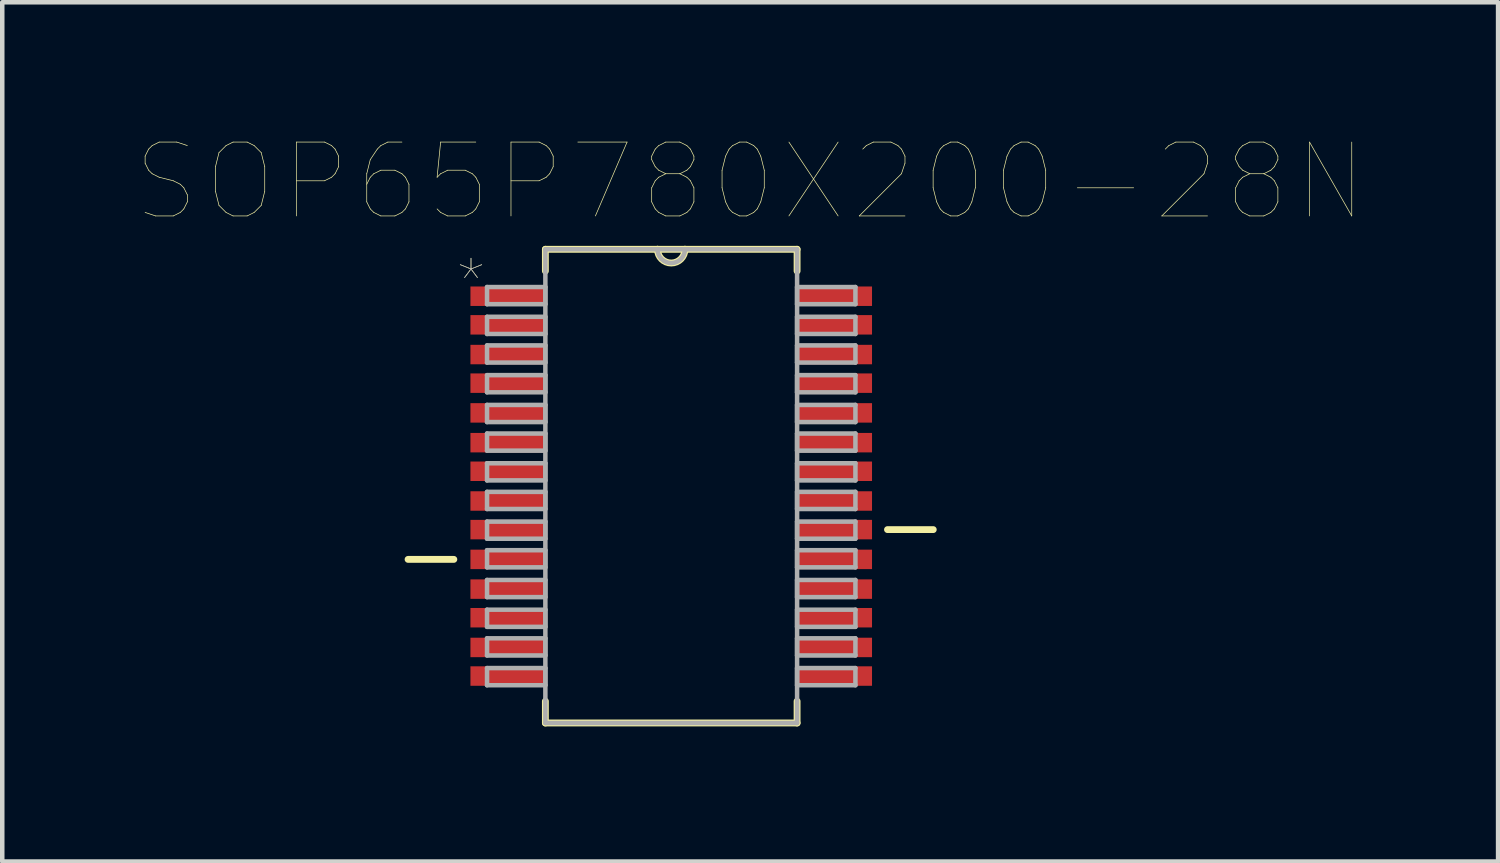
<source format=kicad_pcb>
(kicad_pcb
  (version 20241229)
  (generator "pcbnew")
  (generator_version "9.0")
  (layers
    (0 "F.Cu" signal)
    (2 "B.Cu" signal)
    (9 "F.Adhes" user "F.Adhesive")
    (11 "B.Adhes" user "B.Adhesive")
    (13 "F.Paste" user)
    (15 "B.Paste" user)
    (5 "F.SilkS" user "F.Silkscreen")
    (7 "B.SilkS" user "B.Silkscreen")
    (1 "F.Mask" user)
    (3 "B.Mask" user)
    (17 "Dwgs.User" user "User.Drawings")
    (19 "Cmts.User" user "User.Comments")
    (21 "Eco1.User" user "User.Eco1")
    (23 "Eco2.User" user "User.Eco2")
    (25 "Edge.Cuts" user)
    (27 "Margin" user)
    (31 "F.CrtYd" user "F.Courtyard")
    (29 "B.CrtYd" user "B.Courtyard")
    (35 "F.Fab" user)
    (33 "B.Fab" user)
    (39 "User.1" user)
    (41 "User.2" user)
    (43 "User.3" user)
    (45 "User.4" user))
  (footprint "SOP65P780X200-28N"
    (layer "F.Cu")
    (at 11.851 7.742)
    (property "Reference" "SOP65P780X200-28N" (at 1.753 -6.756 0) (layer "F.SilkS") (effects (font (size 1.64 1.64) (thickness 0.015))))
    (attr through_hole)
    (fp_line (start -4.826 1.626) (end -5.842 1.626) (stroke (width 0.152) (type solid)) (layer "F.SilkS"))
    (fp_line (start -2.794 -5.258) (end -2.794 -4.775) (stroke (width 0.152) (type solid)) (layer "F.SilkS"))
    (fp_line (start -2.794 4.775) (end -2.794 5.258) (stroke (width 0.152) (type solid)) (layer "F.SilkS"))
    (fp_line (start -2.794 5.258) (end 2.794 5.258) (stroke (width 0.152) (type solid)) (layer "F.SilkS"))
    (fp_line (start -0.305 -5.258) (end -2.794 -5.258) (stroke (width 0.152) (type solid)) (layer "F.SilkS"))
    (fp_line (start 0.305 -5.258) (end -0.305 -5.258) (stroke (width 0.152) (type solid)) (layer "F.SilkS"))
    (fp_line (start 2.794 -5.258) (end 0.305 -5.258) (stroke (width 0.152) (type solid)) (layer "F.SilkS"))
    (fp_line (start 2.794 -4.775) (end 2.794 -5.258) (stroke (width 0.152) (type solid)) (layer "F.SilkS"))
    (fp_line (start 2.794 5.258) (end 2.794 4.775) (stroke (width 0.152) (type solid)) (layer "F.SilkS"))
    (fp_line (start 4.801 0.965) (end 5.817 0.965) (stroke (width 0.152) (type solid)) (layer "F.SilkS"))
    (fp_arc (start 0.3048 -5.2578) (mid 0 -4.953) (end -0.3048 -5.2578) (stroke (width 0.1524) (type solid)) (layer "F.SilkS"))
    (fp_line (start -4.089 -4.42) (end -4.089 -4.039) (stroke (width 0.1) (type solid)) (layer "F.Fab"))
    (fp_line (start -4.089 -4.039) (end -2.794 -4.039) (stroke (width 0.1) (type solid)) (layer "F.Fab"))
    (fp_line (start -4.089 -3.759) (end -4.089 -3.378) (stroke (width 0.1) (type solid)) (layer "F.Fab"))
    (fp_line (start -4.089 -3.378) (end -2.794 -3.378) (stroke (width 0.1) (type solid)) (layer "F.Fab"))
    (fp_line (start -4.089 -3.124) (end -4.089 -2.743) (stroke (width 0.1) (type solid)) (layer "F.Fab"))
    (fp_line (start -4.089 -2.743) (end -2.794 -2.743) (stroke (width 0.1) (type solid)) (layer "F.Fab"))
    (fp_line (start -4.089 -2.464) (end -4.089 -2.083) (stroke (width 0.1) (type solid)) (layer "F.Fab"))
    (fp_line (start -4.089 -2.083) (end -2.794 -2.083) (stroke (width 0.1) (type solid)) (layer "F.Fab"))
    (fp_line (start -4.089 -1.803) (end -4.089 -1.422) (stroke (width 0.1) (type solid)) (layer "F.Fab"))
    (fp_line (start -4.089 -1.422) (end -2.794 -1.422) (stroke (width 0.1) (type solid)) (layer "F.Fab"))
    (fp_line (start -4.089 -1.168) (end -4.089 -0.787) (stroke (width 0.1) (type solid)) (layer "F.Fab"))
    (fp_line (start -4.089 -0.787) (end -2.794 -0.787) (stroke (width 0.1) (type solid)) (layer "F.Fab"))
    (fp_line (start -4.089 -0.508) (end -4.089 -0.127) (stroke (width 0.1) (type solid)) (layer "F.Fab"))
    (fp_line (start -4.089 -0.127) (end -2.794 -0.127) (stroke (width 0.1) (type solid)) (layer "F.Fab"))
    (fp_line (start -4.089 0.127) (end -4.089 0.508) (stroke (width 0.1) (type solid)) (layer "F.Fab"))
    (fp_line (start -4.089 0.508) (end -2.794 0.508) (stroke (width 0.1) (type solid)) (layer "F.Fab"))
    (fp_line (start -4.089 0.787) (end -4.089 1.168) (stroke (width 0.1) (type solid)) (layer "F.Fab"))
    (fp_line (start -4.089 1.168) (end -2.794 1.168) (stroke (width 0.1) (type solid)) (layer "F.Fab"))
    (fp_line (start -4.089 1.422) (end -4.089 1.803) (stroke (width 0.1) (type solid)) (layer "F.Fab"))
    (fp_line (start -4.089 1.803) (end -2.794 1.803) (stroke (width 0.1) (type solid)) (layer "F.Fab"))
    (fp_line (start -4.089 2.083) (end -4.089 2.464) (stroke (width 0.1) (type solid)) (layer "F.Fab"))
    (fp_line (start -4.089 2.464) (end -2.794 2.464) (stroke (width 0.1) (type solid)) (layer "F.Fab"))
    (fp_line (start -4.089 2.743) (end -4.089 3.124) (stroke (width 0.1) (type solid)) (layer "F.Fab"))
    (fp_line (start -4.089 3.124) (end -2.794 3.124) (stroke (width 0.1) (type solid)) (layer "F.Fab"))
    (fp_line (start -4.089 3.378) (end -4.089 3.759) (stroke (width 0.1) (type solid)) (layer "F.Fab"))
    (fp_line (start -4.089 3.759) (end -2.794 3.759) (stroke (width 0.1) (type solid)) (layer "F.Fab"))
    (fp_line (start -4.089 4.039) (end -4.089 4.42) (stroke (width 0.1) (type solid)) (layer "F.Fab"))
    (fp_line (start -4.089 4.42) (end -2.794 4.42) (stroke (width 0.1) (type solid)) (layer "F.Fab"))
    (fp_line (start -2.794 -5.258) (end -2.794 5.258) (stroke (width 0.1) (type solid)) (layer "F.Fab"))
    (fp_line (start -2.794 -4.42) (end -4.089 -4.42) (stroke (width 0.1) (type solid)) (layer "F.Fab"))
    (fp_line (start -2.794 -4.039) (end -2.794 -4.42) (stroke (width 0.1) (type solid)) (layer "F.Fab"))
    (fp_line (start -2.794 -3.759) (end -4.089 -3.759) (stroke (width 0.1) (type solid)) (layer "F.Fab"))
    (fp_line (start -2.794 -3.378) (end -2.794 -3.759) (stroke (width 0.1) (type solid)) (layer "F.Fab"))
    (fp_line (start -2.794 -3.124) (end -4.089 -3.124) (stroke (width 0.1) (type solid)) (layer "F.Fab"))
    (fp_line (start -2.794 -2.743) (end -2.794 -3.124) (stroke (width 0.1) (type solid)) (layer "F.Fab"))
    (fp_line (start -2.794 -2.464) (end -4.089 -2.464) (stroke (width 0.1) (type solid)) (layer "F.Fab"))
    (fp_line (start -2.794 -2.083) (end -2.794 -2.464) (stroke (width 0.1) (type solid)) (layer "F.Fab"))
    (fp_line (start -2.794 -1.803) (end -4.089 -1.803) (stroke (width 0.1) (type solid)) (layer "F.Fab"))
    (fp_line (start -2.794 -1.422) (end -2.794 -1.803) (stroke (width 0.1) (type solid)) (layer "F.Fab"))
    (fp_line (start -2.794 -1.168) (end -4.089 -1.168) (stroke (width 0.1) (type solid)) (layer "F.Fab"))
    (fp_line (start -2.794 -0.787) (end -2.794 -1.168) (stroke (width 0.1) (type solid)) (layer "F.Fab"))
    (fp_line (start -2.794 -0.508) (end -4.089 -0.508) (stroke (width 0.1) (type solid)) (layer "F.Fab"))
    (fp_line (start -2.794 -0.127) (end -2.794 -0.508) (stroke (width 0.1) (type solid)) (layer "F.Fab"))
    (fp_line (start -2.794 0.127) (end -4.089 0.127) (stroke (width 0.1) (type solid)) (layer "F.Fab"))
    (fp_line (start -2.794 0.508) (end -2.794 0.127) (stroke (width 0.1) (type solid)) (layer "F.Fab"))
    (fp_line (start -2.794 0.787) (end -4.089 0.787) (stroke (width 0.1) (type solid)) (layer "F.Fab"))
    (fp_line (start -2.794 1.168) (end -2.794 0.787) (stroke (width 0.1) (type solid)) (layer "F.Fab"))
    (fp_line (start -2.794 1.422) (end -4.089 1.422) (stroke (width 0.1) (type solid)) (layer "F.Fab"))
    (fp_line (start -2.794 1.803) (end -2.794 1.422) (stroke (width 0.1) (type solid)) (layer "F.Fab"))
    (fp_line (start -2.794 2.083) (end -4.089 2.083) (stroke (width 0.1) (type solid)) (layer "F.Fab"))
    (fp_line (start -2.794 2.464) (end -2.794 2.083) (stroke (width 0.1) (type solid)) (layer "F.Fab"))
    (fp_line (start -2.794 2.743) (end -4.089 2.743) (stroke (width 0.1) (type solid)) (layer "F.Fab"))
    (fp_line (start -2.794 3.124) (end -2.794 2.743) (stroke (width 0.1) (type solid)) (layer "F.Fab"))
    (fp_line (start -2.794 3.378) (end -4.089 3.378) (stroke (width 0.1) (type solid)) (layer "F.Fab"))
    (fp_line (start -2.794 3.759) (end -2.794 3.378) (stroke (width 0.1) (type solid)) (layer "F.Fab"))
    (fp_line (start -2.794 4.039) (end -4.089 4.039) (stroke (width 0.1) (type solid)) (layer "F.Fab"))
    (fp_line (start -2.794 4.42) (end -2.794 4.039) (stroke (width 0.1) (type solid)) (layer "F.Fab"))
    (fp_line (start -2.794 5.258) (end 2.794 5.258) (stroke (width 0.1) (type solid)) (layer "F.Fab"))
    (fp_line (start -0.305 -5.258) (end -2.794 -5.258) (stroke (width 0.1) (type solid)) (layer "F.Fab"))
    (fp_line (start 0.305 -5.258) (end -0.305 -5.258) (stroke (width 0.1) (type solid)) (layer "F.Fab"))
    (fp_line (start 2.794 -5.258) (end 0.305 -5.258) (stroke (width 0.1) (type solid)) (layer "F.Fab"))
    (fp_line (start 2.794 -4.42) (end 2.794 -4.039) (stroke (width 0.1) (type solid)) (layer "F.Fab"))
    (fp_line (start 2.794 -4.039) (end 4.089 -4.039) (stroke (width 0.1) (type solid)) (layer "F.Fab"))
    (fp_line (start 2.794 -3.759) (end 2.794 -3.378) (stroke (width 0.1) (type solid)) (layer "F.Fab"))
    (fp_line (start 2.794 -3.378) (end 4.089 -3.378) (stroke (width 0.1) (type solid)) (layer "F.Fab"))
    (fp_line (start 2.794 -3.124) (end 2.794 -2.743) (stroke (width 0.1) (type solid)) (layer "F.Fab"))
    (fp_line (start 2.794 -2.743) (end 4.089 -2.743) (stroke (width 0.1) (type solid)) (layer "F.Fab"))
    (fp_line (start 2.794 -2.464) (end 2.794 -2.083) (stroke (width 0.1) (type solid)) (layer "F.Fab"))
    (fp_line (start 2.794 -2.083) (end 4.089 -2.083) (stroke (width 0.1) (type solid)) (layer "F.Fab"))
    (fp_line (start 2.794 -1.803) (end 2.794 -1.422) (stroke (width 0.1) (type solid)) (layer "F.Fab"))
    (fp_line (start 2.794 -1.422) (end 4.089 -1.422) (stroke (width 0.1) (type solid)) (layer "F.Fab"))
    (fp_line (start 2.794 -1.168) (end 2.794 -0.787) (stroke (width 0.1) (type solid)) (layer "F.Fab"))
    (fp_line (start 2.794 -0.787) (end 4.089 -0.787) (stroke (width 0.1) (type solid)) (layer "F.Fab"))
    (fp_line (start 2.794 -0.508) (end 2.794 -0.127) (stroke (width 0.1) (type solid)) (layer "F.Fab"))
    (fp_line (start 2.794 -0.127) (end 4.089 -0.127) (stroke (width 0.1) (type solid)) (layer "F.Fab"))
    (fp_line (start 2.794 0.127) (end 2.794 0.508) (stroke (width 0.1) (type solid)) (layer "F.Fab"))
    (fp_line (start 2.794 0.508) (end 4.089 0.508) (stroke (width 0.1) (type solid)) (layer "F.Fab"))
    (fp_line (start 2.794 0.787) (end 2.794 1.168) (stroke (width 0.1) (type solid)) (layer "F.Fab"))
    (fp_line (start 2.794 1.168) (end 4.089 1.168) (stroke (width 0.1) (type solid)) (layer "F.Fab"))
    (fp_line (start 2.794 1.422) (end 2.794 1.803) (stroke (width 0.1) (type solid)) (layer "F.Fab"))
    (fp_line (start 2.794 1.803) (end 4.089 1.803) (stroke (width 0.1) (type solid)) (layer "F.Fab"))
    (fp_line (start 2.794 2.083) (end 2.794 2.464) (stroke (width 0.1) (type solid)) (layer "F.Fab"))
    (fp_line (start 2.794 2.464) (end 4.089 2.464) (stroke (width 0.1) (type solid)) (layer "F.Fab"))
    (fp_line (start 2.794 2.743) (end 2.794 3.124) (stroke (width 0.1) (type solid)) (layer "F.Fab"))
    (fp_line (start 2.794 3.124) (end 4.089 3.124) (stroke (width 0.1) (type solid)) (layer "F.Fab"))
    (fp_line (start 2.794 3.378) (end 2.794 3.759) (stroke (width 0.1) (type solid)) (layer "F.Fab"))
    (fp_line (start 2.794 3.759) (end 4.089 3.759) (stroke (width 0.1) (type solid)) (layer "F.Fab"))
    (fp_line (start 2.794 4.039) (end 2.794 4.42) (stroke (width 0.1) (type solid)) (layer "F.Fab"))
    (fp_line (start 2.794 4.42) (end 4.089 4.42) (stroke (width 0.1) (type solid)) (layer "F.Fab"))
    (fp_line (start 2.794 5.258) (end 2.794 -5.258) (stroke (width 0.1) (type solid)) (layer "F.Fab"))
    (fp_line (start 4.089 -4.42) (end 2.794 -4.42) (stroke (width 0.1) (type solid)) (layer "F.Fab"))
    (fp_line (start 4.089 -4.039) (end 4.089 -4.42) (stroke (width 0.1) (type solid)) (layer "F.Fab"))
    (fp_line (start 4.089 -3.759) (end 2.794 -3.759) (stroke (width 0.1) (type solid)) (layer "F.Fab"))
    (fp_line (start 4.089 -3.378) (end 4.089 -3.759) (stroke (width 0.1) (type solid)) (layer "F.Fab"))
    (fp_line (start 4.089 -3.124) (end 2.794 -3.124) (stroke (width 0.1) (type solid)) (layer "F.Fab"))
    (fp_line (start 4.089 -2.743) (end 4.089 -3.124) (stroke (width 0.1) (type solid)) (layer "F.Fab"))
    (fp_line (start 4.089 -2.464) (end 2.794 -2.464) (stroke (width 0.1) (type solid)) (layer "F.Fab"))
    (fp_line (start 4.089 -2.083) (end 4.089 -2.464) (stroke (width 0.1) (type solid)) (layer "F.Fab"))
    (fp_line (start 4.089 -1.803) (end 2.794 -1.803) (stroke (width 0.1) (type solid)) (layer "F.Fab"))
    (fp_line (start 4.089 -1.422) (end 4.089 -1.803) (stroke (width 0.1) (type solid)) (layer "F.Fab"))
    (fp_line (start 4.089 -1.168) (end 2.794 -1.168) (stroke (width 0.1) (type solid)) (layer "F.Fab"))
    (fp_line (start 4.089 -0.787) (end 4.089 -1.168) (stroke (width 0.1) (type solid)) (layer "F.Fab"))
    (fp_line (start 4.089 -0.508) (end 2.794 -0.508) (stroke (width 0.1) (type solid)) (layer "F.Fab"))
    (fp_line (start 4.089 -0.127) (end 4.089 -0.508) (stroke (width 0.1) (type solid)) (layer "F.Fab"))
    (fp_line (start 4.089 0.127) (end 2.794 0.127) (stroke (width 0.1) (type solid)) (layer "F.Fab"))
    (fp_line (start 4.089 0.508) (end 4.089 0.127) (stroke (width 0.1) (type solid)) (layer "F.Fab"))
    (fp_line (start 4.089 0.787) (end 2.794 0.787) (stroke (width 0.1) (type solid)) (layer "F.Fab"))
    (fp_line (start 4.089 1.168) (end 4.089 0.787) (stroke (width 0.1) (type solid)) (layer "F.Fab"))
    (fp_line (start 4.089 1.422) (end 2.794 1.422) (stroke (width 0.1) (type solid)) (layer "F.Fab"))
    (fp_line (start 4.089 1.803) (end 4.089 1.422) (stroke (width 0.1) (type solid)) (layer "F.Fab"))
    (fp_line (start 4.089 2.083) (end 2.794 2.083) (stroke (width 0.1) (type solid)) (layer "F.Fab"))
    (fp_line (start 4.089 2.464) (end 4.089 2.083) (stroke (width 0.1) (type solid)) (layer "F.Fab"))
    (fp_line (start 4.089 2.743) (end 2.794 2.743) (stroke (width 0.1) (type solid)) (layer "F.Fab"))
    (fp_line (start 4.089 3.124) (end 4.089 2.743) (stroke (width 0.1) (type solid)) (layer "F.Fab"))
    (fp_line (start 4.089 3.378) (end 2.794 3.378) (stroke (width 0.1) (type solid)) (layer "F.Fab"))
    (fp_line (start 4.089 3.759) (end 4.089 3.378) (stroke (width 0.1) (type solid)) (layer "F.Fab"))
    (fp_line (start 4.089 4.039) (end 2.794 4.039) (stroke (width 0.1) (type solid)) (layer "F.Fab"))
    (fp_line (start 4.089 4.42) (end 4.089 4.039) (stroke (width 0.1) (type solid)) (layer "F.Fab"))
    (fp_arc (start 0.3048 -5.2578) (mid 0 -4.953) (end -0.3048 -5.2578) (stroke (width 0.1) (type solid)) (layer "F.Fab"))
    (fp_text user "*" (at -4.445 -4.521 0) (layer "F.SilkS") (effects (font (size 1 1) (thickness 0.015))))
    (fp_text user "*" (at -4.445 -4.521 0) (layer "F.Fab") (effects (font (size 1 1) (thickness 0.015))))
    (pad "1" smd rect (at -3.632 -4.216) (size 1.651 0.432) (layers "F.Cu" "F.Mask" "F.Paste"))
    (pad "2" smd rect (at -3.632 -3.581) (size 1.651 0.432) (layers "F.Cu" "F.Mask" "F.Paste"))
    (pad "3" smd rect (at -3.632 -2.921) (size 1.651 0.432) (layers "F.Cu" "F.Mask" "F.Paste"))
    (pad "4" smd rect (at -3.632 -2.286) (size 1.651 0.432) (layers "F.Cu" "F.Mask" "F.Paste"))
    (pad "5" smd rect (at -3.632 -1.626) (size 1.651 0.432) (layers "F.Cu" "F.Mask" "F.Paste"))
    (pad "6" smd rect (at -3.632 -0.965) (size 1.651 0.432) (layers "F.Cu" "F.Mask" "F.Paste"))
    (pad "7" smd rect (at -3.632 -0.33) (size 1.651 0.432) (layers "F.Cu" "F.Mask" "F.Paste"))
    (pad "8" smd rect (at -3.632 0.33) (size 1.651 0.432) (layers "F.Cu" "F.Mask" "F.Paste"))
    (pad "9" smd rect (at -3.632 0.965) (size 1.651 0.432) (layers "F.Cu" "F.Mask" "F.Paste"))
    (pad "10" smd rect (at -3.632 1.626) (size 1.651 0.432) (layers "F.Cu" "F.Mask" "F.Paste"))
    (pad "11" smd rect (at -3.632 2.286) (size 1.651 0.432) (layers "F.Cu" "F.Mask" "F.Paste"))
    (pad "12" smd rect (at -3.632 2.921) (size 1.651 0.432) (layers "F.Cu" "F.Mask" "F.Paste"))
    (pad "13" smd rect (at -3.632 3.581) (size 1.651 0.432) (layers "F.Cu" "F.Mask" "F.Paste"))
    (pad "14" smd rect (at -3.632 4.216) (size 1.651 0.432) (layers "F.Cu" "F.Mask" "F.Paste"))
    (pad "15" smd rect (at 3.632 4.216) (size 1.651 0.432) (layers "F.Cu" "F.Mask" "F.Paste"))
    (pad "16" smd rect (at 3.632 3.581) (size 1.651 0.432) (layers "F.Cu" "F.Mask" "F.Paste"))
    (pad "17" smd rect (at 3.632 2.921) (size 1.651 0.432) (layers "F.Cu" "F.Mask" "F.Paste"))
    (pad "18" smd rect (at 3.632 2.286) (size 1.651 0.432) (layers "F.Cu" "F.Mask" "F.Paste"))
    (pad "19" smd rect (at 3.632 1.626) (size 1.651 0.432) (layers "F.Cu" "F.Mask" "F.Paste"))
    (pad "20" smd rect (at 3.632 0.965) (size 1.651 0.432) (layers "F.Cu" "F.Mask" "F.Paste"))
    (pad "21" smd rect (at 3.632 0.33) (size 1.651 0.432) (layers "F.Cu" "F.Mask" "F.Paste"))
    (pad "22" smd rect (at 3.632 -0.33) (size 1.651 0.432) (layers "F.Cu" "F.Mask" "F.Paste"))
    (pad "23" smd rect (at 3.632 -0.965) (size 1.651 0.432) (layers "F.Cu" "F.Mask" "F.Paste"))
    (pad "24" smd rect (at 3.632 -1.626) (size 1.651 0.432) (layers "F.Cu" "F.Mask" "F.Paste"))
    (pad "25" smd rect (at 3.632 -2.286) (size 1.651 0.432) (layers "F.Cu" "F.Mask" "F.Paste"))
    (pad "26" smd rect (at 3.632 -2.921) (size 1.651 0.432) (layers "F.Cu" "F.Mask" "F.Paste"))
    (pad "27" smd rect (at 3.632 -3.581) (size 1.651 0.432) (layers "F.Cu" "F.Mask" "F.Paste"))
    (pad "28" smd rect (at 3.632 -4.216) (size 1.651 0.432) (layers "F.Cu" "F.Mask" "F.Paste")))
  (gr_rect
    (start -3 -3)
    (end 30.207 16.076)
    (stroke (width 0.1) (type default))
    (fill no)
    (layer "Edge.Cuts")))
</source>
